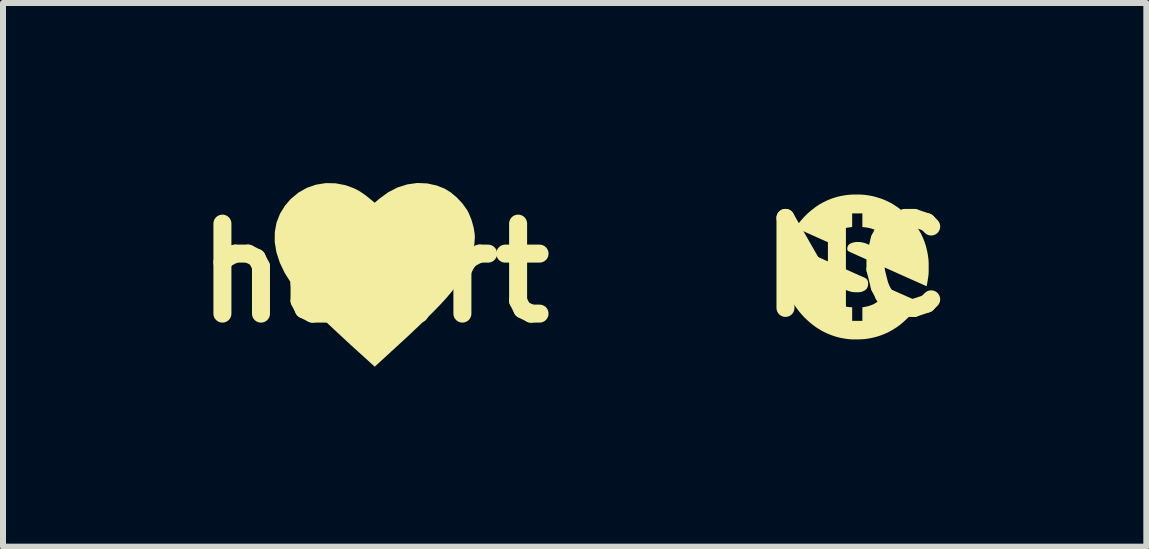
<source format=kicad_pcb>
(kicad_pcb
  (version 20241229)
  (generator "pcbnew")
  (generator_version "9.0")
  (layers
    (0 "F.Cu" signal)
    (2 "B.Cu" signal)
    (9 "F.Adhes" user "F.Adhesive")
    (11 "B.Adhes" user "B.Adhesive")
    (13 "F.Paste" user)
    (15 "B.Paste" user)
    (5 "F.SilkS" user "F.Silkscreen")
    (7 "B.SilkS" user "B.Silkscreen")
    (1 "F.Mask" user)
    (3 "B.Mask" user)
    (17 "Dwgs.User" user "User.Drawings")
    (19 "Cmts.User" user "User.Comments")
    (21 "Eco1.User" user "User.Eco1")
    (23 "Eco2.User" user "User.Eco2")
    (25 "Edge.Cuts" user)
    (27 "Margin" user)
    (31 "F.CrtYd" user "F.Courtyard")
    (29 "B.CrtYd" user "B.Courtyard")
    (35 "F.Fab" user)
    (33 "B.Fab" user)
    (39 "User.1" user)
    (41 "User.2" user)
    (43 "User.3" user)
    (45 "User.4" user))
  (footprint "NC"
    (layer "F.Cu")
    (at 11.221 1.404)
    (property "Reference" "NC" (at 0 0 0) (layer "F.SilkS") (effects (font (size 1.5 1.5) (thickness 0.3))))
    (attr board_only exclude_from_pos_files exclude_from_bom)
    (fp_poly (pts (xy -0.778 -0.234) (xy -0.731 -0.213) (xy -0.685 -0.192) (xy -0.638 -0.172) (xy -0.593 -0.151) (xy -0.548 -0.131) (xy -0.505 -0.112) (xy -0.464 -0.094) (xy -0.426 -0.077) (xy -0.39 -0.061) (xy -0.359 -0.047) (xy -0.331 -0.035) (xy -0.307 -0.024) (xy -0.288 -0.016) (xy -0.287 -0.016) (xy -0.258 -0.003) (xy -0.227 0.011) (xy -0.195 0.025) (xy -0.164 0.039) (xy -0.134 0.052) (xy -0.108 0.064) (xy -0.085 0.074) (xy -0.079 0.077) (xy -0.053 0.089) (xy -0.025 0.102) (xy 0.006 0.115) (xy 0.035 0.128) (xy 0.062 0.14) (xy 0.082 0.148) (xy 0.107 0.159) (xy 0.127 0.168) (xy 0.143 0.176) (xy 0.156 0.183) (xy 0.166 0.189) (xy 0.173 0.195) (xy 0.179 0.202) (xy 0.183 0.209) (xy 0.188 0.217) (xy 0.189 0.221) (xy 0.194 0.233) (xy 0.197 0.245) (xy 0.198 0.26) (xy 0.199 0.265) (xy 0.198 0.295) (xy 0.193 0.322) (xy 0.183 0.345) (xy 0.169 0.365) (xy 0.15 0.382) (xy 0.129 0.394) (xy 0.112 0.402) (xy 0.097 0.408) (xy 0.081 0.412) (xy 0.065 0.415) (xy 0.046 0.417) (xy 0.023 0.417) (xy 0.009 0.417) (xy -0.013 0.417) (xy -0.031 0.416) (xy -0.045 0.415) (xy -0.058 0.414) (xy -0.071 0.412) (xy -0.075 0.411) (xy -0.116 0.4) (xy -0.156 0.386) (xy -0.195 0.368) (xy -0.233 0.346) (xy -0.272 0.32) (xy -0.304 0.294) (xy -0.314 0.286) (xy -0.416 0.388) (xy -0.517 0.49) (xy -0.505 0.5) (xy -0.477 0.523) (xy -0.444 0.546) (xy -0.408 0.569) (xy -0.371 0.59) (xy -0.335 0.608) (xy -0.309 0.619) (xy -0.28 0.63) (xy -0.252 0.639) (xy -0.225 0.647) (xy -0.196 0.653) (xy -0.166 0.658) (xy -0.132 0.663) (xy -0.093 0.666) (xy -0.087 0.667) (xy -0.067 0.669) (xy -0.067 0.781) (xy -0.067 0.894) (xy 0.018 0.894) (xy 0.103 0.894) (xy 0.103 0.781) (xy 0.103 0.668) (xy 0.109 0.667) (xy 0.115 0.666) (xy 0.125 0.664) (xy 0.137 0.663) (xy 0.139 0.662) (xy 0.18 0.654) (xy 0.223 0.642) (xy 0.264 0.627) (xy 0.292 0.615) (xy 0.327 0.594) (xy 0.362 0.569) (xy 0.394 0.541) (xy 0.423 0.511) (xy 0.449 0.478) (xy 0.47 0.445) (xy 0.476 0.432) (xy 0.483 0.417) (xy 0.49 0.4) (xy 0.496 0.382) (xy 0.502 0.366) (xy 0.505 0.353) (xy 0.505 0.351) (xy 0.508 0.344) (xy 0.51 0.34) (xy 0.511 0.34) (xy 0.514 0.341) (xy 0.522 0.344) (xy 0.534 0.35) (xy 0.55 0.357) (xy 0.57 0.366) (xy 0.594 0.376) (xy 0.62 0.387) (xy 0.648 0.4) (xy 0.678 0.413) (xy 0.71 0.427) (xy 0.742 0.442) (xy 0.776 0.456) (xy 0.809 0.471) (xy 0.842 0.486) (xy 0.874 0.5) (xy 0.906 0.514) (xy 0.935 0.527) (xy 0.963 0.54) (xy 0.988 0.551) (xy 1.01 0.561) (xy 1.029 0.569) (xy 1.044 0.576) (xy 1.055 0.581) (xy 1.062 0.584) (xy 1.063 0.585) (xy 1.063 0.588) (xy 1.059 0.595) (xy 1.053 0.606) (xy 1.045 0.619) (xy 1.036 0.634) (xy 1.025 0.651) (xy 1.014 0.667) (xy 1.002 0.684) (xy 0.991 0.699) (xy 0.98 0.713) (xy 0.98 0.713) (xy 0.937 0.765) (xy 0.89 0.816) (xy 0.839 0.866) (xy 0.786 0.914) (xy 0.732 0.959) (xy 0.677 0.999) (xy 0.668 1.005) (xy 0.601 1.047) (xy 0.534 1.084) (xy 0.465 1.115) (xy 0.394 1.142) (xy 0.321 1.164) (xy 0.244 1.182) (xy 0.164 1.195) (xy 0.149 1.197) (xy 0.138 1.198) (xy 0.122 1.199) (xy 0.102 1.2) (xy 0.08 1.201) (xy 0.055 1.202) (xy 0.03 1.203) (xy 0.005 1.203) (xy -0.019 1.203) (xy -0.041 1.203) (xy -0.06 1.203) (xy -0.074 1.203) (xy -0.084 1.202) (xy -0.109 1.2) (xy -0.131 1.198) (xy -0.148 1.196) (xy -0.164 1.194) (xy -0.178 1.192) (xy -0.192 1.19) (xy -0.196 1.189) (xy -0.272 1.175) (xy -0.347 1.155) (xy -0.421 1.13) (xy -0.493 1.1) (xy -0.562 1.066) (xy -0.596 1.047) (xy -0.664 1.004) (xy -0.73 0.956) (xy -0.792 0.904) (xy -0.851 0.849) (xy -0.907 0.79) (xy -0.958 0.729) (xy -1.006 0.665) (xy -1.048 0.599) (xy -1.086 0.531) (xy -1.118 0.462) (xy -1.144 0.396) (xy -1.163 0.337) (xy -1.179 0.279) (xy -1.191 0.222) (xy -1.2 0.164) (xy -1.206 0.104) (xy -1.209 0.04) (xy -1.209 0.029) (xy -1.209 -0.053) (xy -1.204 -0.133) (xy -1.193 -0.21) (xy -1.178 -0.284) (xy -1.158 -0.356) (xy -1.155 -0.365) (xy -1.144 -0.398)) (stroke (width 0) (type solid)) (fill yes) (layer "F.SilkS"))
    (fp_poly (pts (xy 0.038 -1.211) (xy 0.069 -1.211) (xy 0.096 -1.209) (xy 0.122 -1.208) (xy 0.149 -1.205) (xy 0.177 -1.201) (xy 0.19 -1.2) (xy 0.268 -1.186) (xy 0.345 -1.166) (xy 0.42 -1.142) (xy 0.492 -1.113) (xy 0.562 -1.079) (xy 0.592 -1.063) (xy 0.642 -1.032) (xy 0.69 -1) (xy 0.736 -0.965) (xy 0.782 -0.926) (xy 0.829 -0.883) (xy 0.862 -0.851) (xy 0.888 -0.824) (xy 0.911 -0.8) (xy 0.931 -0.778) (xy 0.949 -0.757) (xy 0.966 -0.735) (xy 0.983 -0.713) (xy 1 -0.688) (xy 1.004 -0.683) (xy 1.045 -0.62) (xy 1.081 -0.557) (xy 1.112 -0.491) (xy 1.139 -0.424) (xy 1.162 -0.353) (xy 1.18 -0.28) (xy 1.195 -0.203) (xy 1.205 -0.126) (xy 1.206 -0.111) (xy 1.207 -0.091) (xy 1.208 -0.067) (xy 1.208 -0.04) (xy 1.208 -0.012) (xy 1.208 0.016) (xy 1.208 0.044) (xy 1.208 0.07) (xy 1.207 0.094) (xy 1.206 0.114) (xy 1.205 0.126) (xy 1.203 0.145) (xy 1.2 0.166) (xy 1.197 0.188) (xy 1.193 0.211) (xy 1.19 0.233) (xy 1.186 0.254) (xy 1.183 0.273) (xy 1.18 0.29) (xy 1.177 0.303) (xy 1.174 0.312) (xy 1.173 0.316) (xy 1.172 0.316) (xy 1.169 0.315) (xy 1.162 0.312) (xy 1.149 0.306) (xy 1.132 0.299) (xy 1.112 0.289) (xy 1.088 0.279) (xy 1.06 0.266) (xy 1.03 0.253) (xy 0.997 0.238) (xy 0.963 0.223) (xy 0.926 0.206) (xy 0.902 0.196) (xy 0.857 0.176) (xy 0.808 0.154) (xy 0.755 0.13) (xy 0.701 0.106) (xy 0.646 0.081) (xy 0.59 0.056) (xy 0.536 0.032) (xy 0.483 0.009) (xy 0.434 -0.013) (xy 0.388 -0.034) (xy 0.375 -0.039) (xy 0.335 -0.057) (xy 0.293 -0.076) (xy 0.252 -0.094) (xy 0.211 -0.113) (xy 0.171 -0.131) (xy 0.132 -0.148) (xy 0.096 -0.164) (xy 0.062 -0.179) (xy 0.032 -0.192) (xy 0.007 -0.204) (xy -0.01 -0.212) (xy -0.039 -0.225) (xy -0.064 -0.236) (xy -0.084 -0.245) (xy -0.1 -0.252) (xy -0.112 -0.258) (xy -0.122 -0.263) (xy -0.129 -0.267) (xy -0.134 -0.27) (xy -0.138 -0.273) (xy -0.14 -0.276) (xy -0.142 -0.278) (xy -0.143 -0.28) (xy -0.148 -0.295) (xy -0.149 -0.312) (xy -0.147 -0.33) (xy -0.141 -0.349) (xy -0.132 -0.365) (xy -0.131 -0.367) (xy -0.118 -0.38) (xy -0.101 -0.392) (xy -0.08 -0.402) (xy -0.066 -0.407) (xy -0.027 -0.417) (xy 0.014 -0.421) (xy 0.056 -0.42) (xy 0.1 -0.414) (xy 0.143 -0.403) (xy 0.187 -0.386) (xy 0.231 -0.365) (xy 0.249 -0.354) (xy 0.261 -0.347) (xy 0.271 -0.342) (xy 0.278 -0.338) (xy 0.281 -0.337) (xy 0.283 -0.34) (xy 0.29 -0.346) (xy 0.299 -0.355) (xy 0.311 -0.367) (xy 0.324 -0.381) (xy 0.34 -0.397) (xy 0.356 -0.413) (xy 0.373 -0.431) (xy 0.39 -0.448) (xy 0.407 -0.466) (xy 0.422 -0.482) (xy 0.436 -0.497) (xy 0.449 -0.51) (xy 0.458 -0.52) (xy 0.465 -0.527) (xy 0.469 -0.531) (xy 0.469 -0.532) (xy 0.467 -0.535) (xy 0.461 -0.54) (xy 0.451 -0.548) (xy 0.438 -0.556) (xy 0.423 -0.566) (xy 0.407 -0.576) (xy 0.39 -0.585) (xy 0.374 -0.594) (xy 0.359 -0.602) (xy 0.303 -0.627) (xy 0.247 -0.646) (xy 0.192 -0.659) (xy 0.148 -0.665) (xy 0.134 -0.667) (xy 0.122 -0.668) (xy 0.113 -0.669) (xy 0.109 -0.67) (xy 0.103 -0.671) (xy 0.103 -0.784) (xy 0.103 -0.897) (xy 0.018 -0.897) (xy -0.067 -0.897) (xy -0.067 -0.784) (xy -0.067 -0.671) (xy -0.074 -0.67) (xy -0.08 -0.669) (xy -0.09 -0.668) (xy -0.102 -0.666) (xy -0.11 -0.665) (xy -0.158 -0.657) (xy -0.204 -0.644) (xy -0.247 -0.626) (xy -0.288 -0.605) (xy -0.325 -0.579) (xy -0.358 -0.55) (xy -0.388 -0.518) (xy -0.413 -0.483) (xy -0.433 -0.444) (xy -0.437 -0.436) (xy -0.442 -0.424) (xy -0.446 -0.415) (xy -0.45 -0.41) (xy -0.451 -0.409) (xy -0.454 -0.41) (xy -0.462 -0.413) (xy -0.475 -0.419) (xy -0.491 -0.426) (xy -0.512 -0.435) (xy -0.535 -0.445) (xy -0.561 -0.457) (xy -0.589 -0.469) (xy -0.62 -0.483) (xy -0.651 -0.497) (xy -0.684 -0.512) (xy -0.718 -0.527) (xy -0.751 -0.542) (xy -0.784 -0.557) (xy -0.817 -0.571) (xy -0.848 -0.586) (xy -0.878 -0.599) (xy -0.906 -0.612) (xy -0.932 -0.623) (xy -0.954 -0.634) (xy -0.974 -0.643) (xy -0.99 -0.65) (xy -1.001 -0.655) (xy -1.009 -0.659) (xy -1.011 -0.66) (xy -1.009 -0.663) (xy -1.005 -0.67) (xy -0.998 -0.68) (xy -0.989 -0.692) (xy -0.982 -0.702) (xy -0.926 -0.772) (xy -0.868 -0.838) (xy -0.807 -0.898) (xy -0.743 -0.953) (xy -0.678 -1.003) (xy -0.61 -1.048) (xy -0.539 -1.087) (xy -0.467 -1.121) (xy -0.392 -1.15) (xy -0.316 -1.173) (xy -0.252 -1.188) (xy -0.212 -1.195) (xy -0.173 -1.201) (xy -0.136 -1.206) (xy -0.097 -1.209) (xy -0.057 -1.211) (xy -0.012 -1.211) (xy 0.003 -1.212)) (stroke (width 0) (type solid)) (fill yes) (layer "F.SilkS")))
  (footprint "heart"
    (layer "F.Cu")
    (at 3.193 1.499)
    (property "Reference" "heart" (at 0 0 0) (layer "F.SilkS") (effects (font (size 1.5 1.5) (thickness 0.3))))
    (attr board_only exclude_from_pos_files exclude_from_bom)
    (fp_poly (pts (xy 0.877 -1.492) (xy 1.039 -1.456) (xy 1.169 -1.404) (xy 1.272 -1.341) (xy 1.374 -1.255) (xy 1.466 -1.156) (xy 1.541 -1.051) (xy 1.569 -1) (xy 1.616 -0.884) (xy 1.651 -0.76) (xy 1.67 -0.641) (xy 1.672 -0.591) (xy 1.663 -0.469) (xy 1.634 -0.334) (xy 1.591 -0.195) (xy 1.535 -0.063) (xy 1.49 0.021) (xy 1.44 0.101) (xy 1.387 0.18) (xy 1.328 0.26) (xy 1.262 0.342) (xy 1.187 0.429) (xy 1.102 0.522) (xy 1.003 0.624) (xy 0.89 0.737) (xy 0.76 0.862) (xy 0.613 1.002) (xy 0.445 1.158) (xy 0.271 1.317) (xy 0.003 1.563) (xy -0.284 1.303) (xy -0.466 1.137) (xy -0.626 0.988) (xy -0.767 0.856) (xy -0.889 0.737) (xy -0.997 0.63) (xy -1.091 0.533) (xy -1.173 0.442) (xy -1.246 0.357) (xy -1.312 0.275) (xy -1.373 0.194) (xy -1.382 0.182) (xy -1.495 0.005) (xy -1.58 -0.172) (xy -1.636 -0.346) (xy -1.664 -0.516) (xy -1.663 -0.68) (xy -1.634 -0.838) (xy -1.576 -0.987) (xy -1.489 -1.127) (xy -1.398 -1.231) (xy -1.27 -1.338) (xy -1.128 -1.418) (xy -0.975 -1.471) (xy -0.814 -1.497) (xy -0.65 -1.494) (xy -0.485 -1.462) (xy -0.442 -1.448) (xy -0.335 -1.407) (xy -0.241 -1.357) (xy -0.147 -1.292) (xy -0.093 -1.249) (xy 0.002 -1.17) (xy 0.083 -1.239) (xy 0.23 -1.346) (xy 0.385 -1.425) (xy 0.547 -1.476) (xy 0.712 -1.499)) (stroke (width 0) (type solid)) (fill yes) (layer "F.SilkS")))
  (gr_rect
    (start -3 -3)
    (end 16.057 6.062)
    (stroke (width 0.1) (type default))
    (fill no)
    (layer "Edge.Cuts")))
</source>
